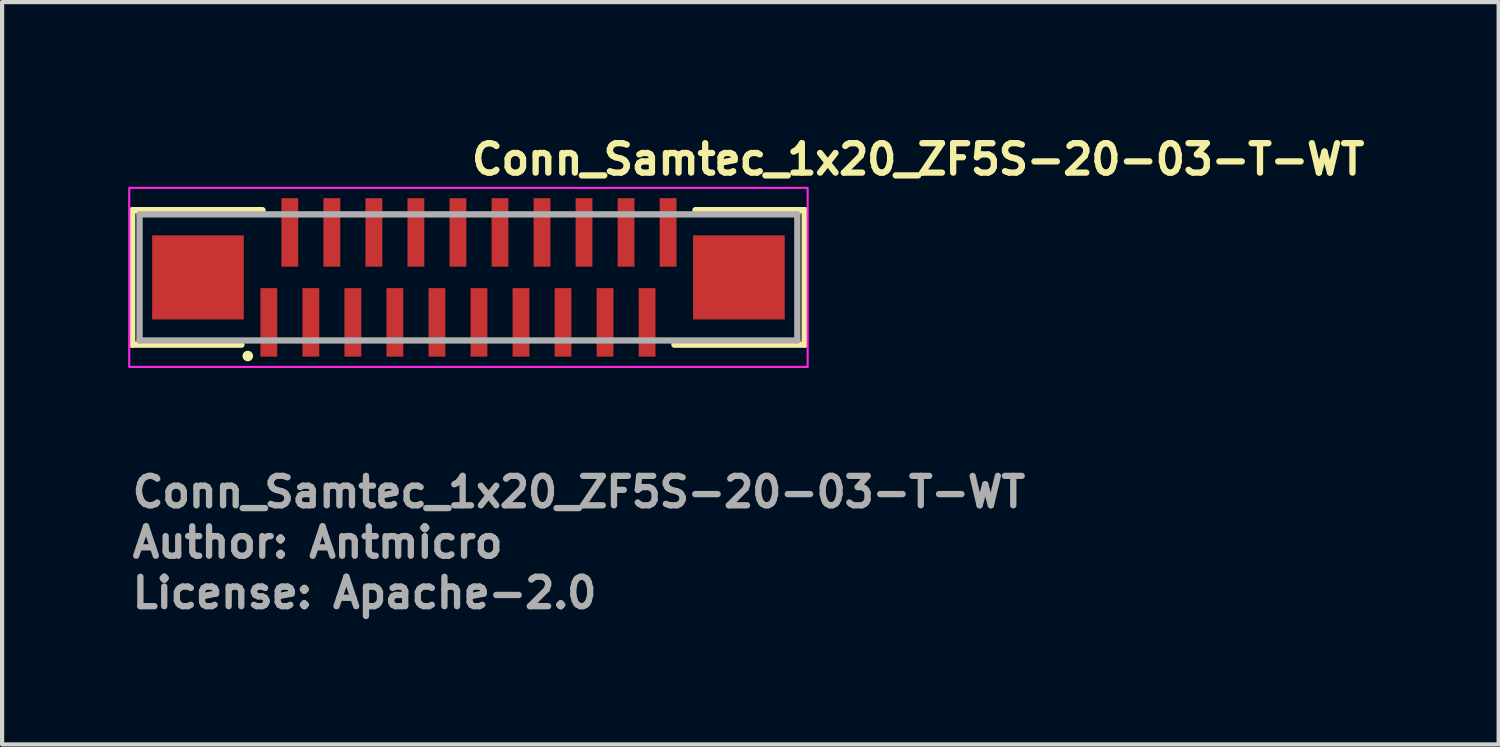
<source format=kicad_pcb>
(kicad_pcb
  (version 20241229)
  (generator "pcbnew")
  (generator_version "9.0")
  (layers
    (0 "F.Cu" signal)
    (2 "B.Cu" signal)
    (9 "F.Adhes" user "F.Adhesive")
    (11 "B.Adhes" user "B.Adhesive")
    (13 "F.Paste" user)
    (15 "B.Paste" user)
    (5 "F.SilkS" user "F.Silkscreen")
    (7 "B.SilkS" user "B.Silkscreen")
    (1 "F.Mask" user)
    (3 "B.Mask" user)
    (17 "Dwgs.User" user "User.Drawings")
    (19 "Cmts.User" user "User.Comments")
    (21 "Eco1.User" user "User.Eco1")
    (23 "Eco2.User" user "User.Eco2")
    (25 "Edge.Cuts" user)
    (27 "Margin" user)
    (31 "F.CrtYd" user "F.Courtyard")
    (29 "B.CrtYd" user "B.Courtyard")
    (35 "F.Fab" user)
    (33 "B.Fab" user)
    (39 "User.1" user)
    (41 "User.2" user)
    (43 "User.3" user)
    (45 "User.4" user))
  (footprint "Conn_Samtec_1x20_ZF5S-20-03-T-WT"
    (layer "F.Cu")
    (at 8.095 3.55)
    (property "Reference" "Conn_Samtec_1x20_ZF5S-20-03-T-WT" (at 0 -2.4 0) (layer "F.SilkS") (effects (font (size 0.7 0.7) (thickness 0.15)) (justify left bottom)))
    (attr smd)
    (fp_line (start -8 -1.6) (end -8 1.6) (stroke (width 0.15) (type solid)) (layer "F.SilkS"))
    (fp_line (start -8 1.6) (end -5.4 1.6) (stroke (width 0.15) (type solid)) (layer "F.SilkS"))
    (fp_line (start -7.975 -1.6) (end -4.9 -1.6) (stroke (width 0.15) (type solid)) (layer "F.SilkS"))
    (fp_line (start 8 -1.6) (end 5.4 -1.6) (stroke (width 0.15) (type solid)) (layer "F.SilkS"))
    (fp_line (start 8 -1.6) (end 8 1.6) (stroke (width 0.15) (type solid)) (layer "F.SilkS"))
    (fp_line (start 8 1.6) (end 4.9 1.6) (stroke (width 0.15) (type solid)) (layer "F.SilkS"))
    (fp_circle (center -5.25 1.87) (end -5.2 1.87) (stroke (width 0.15) (type solid)) (fill yes) (layer "F.SilkS"))
    (fp_rect (start -8.07 -2.13) (end 8.07 2.13) (stroke (width 0.05) (type solid)) (fill no) (layer "F.CrtYd"))
    (fp_line (start -7.825 -1.5) (end 7.825 -1.5) (stroke (width 0.15) (type solid)) (layer "F.Fab"))
    (fp_line (start -7.825 1.5) (end -7.825 -1.5) (stroke (width 0.15) (type solid)) (layer "F.Fab"))
    (fp_line (start 7.825 -1.5) (end 7.825 1.5) (stroke (width 0.15) (type solid)) (layer "F.Fab"))
    (fp_line (start 7.825 1.5) (end -7.825 1.5) (stroke (width 0.15) (type solid)) (layer "F.Fab"))
    (fp_rect (start -7.825 -1.51) (end 7.825 1.51) (stroke (width 0.1) (type solid)) (fill no) (layer "User.5"))
    (fp_line (start -7.825 -1) (end -7.825 1) (stroke (width 0.02) (type solid)) (layer "User.9"))
    (fp_line (start -7.825 -1) (end -7.679 -1) (stroke (width 0.02) (type solid)) (layer "User.9"))
    (fp_line (start -7.825 1) (end -7.679 1) (stroke (width 0.02) (type solid)) (layer "User.9"))
    (fp_line (start -7.679 -1) (end -7.679 -1) (stroke (width 0.02) (type solid)) (layer "User.9"))
    (fp_line (start -7.679 -1) (end -7.325 -1) (stroke (width 0.02) (type solid)) (layer "User.9"))
    (fp_line (start -7.679 1) (end -7.679 1) (stroke (width 0.02) (type solid)) (layer "User.9"))
    (fp_line (start -7.679 1) (end -7.325 1) (stroke (width 0.02) (type solid)) (layer "User.9"))
    (fp_line (start -7.325 -1) (end 7.325 -1) (stroke (width 0.02) (type solid)) (layer "User.9"))
    (fp_line (start -7.325 1) (end -5.6 1) (stroke (width 0.02) (type solid)) (layer "User.9"))
    (fp_line (start -7.075 -1.05) (end -7.075 -1) (stroke (width 0.02) (type solid)) (layer "User.9"))
    (fp_line (start -7.075 -1.05) (end -5.575 -1.05) (stroke (width 0.02) (type solid)) (layer "User.9"))
    (fp_line (start -7.075 1) (end -7.075 1.05) (stroke (width 0.02) (type solid)) (layer "User.9"))
    (fp_line (start -7.075 1.05) (end -5.575 1.05) (stroke (width 0.02) (type solid)) (layer "User.9"))
    (fp_line (start -5.6 -0.1) (end -5.6 1) (stroke (width 0.02) (type solid)) (layer "User.9"))
    (fp_line (start -5.6 -0.1) (end 5.6 -0.1) (stroke (width 0.02) (type solid)) (layer "User.9"))
    (fp_line (start -5.575 -1.05) (end -5.575 -1) (stroke (width 0.02) (type solid)) (layer "User.9"))
    (fp_line (start -5.575 1) (end -5.575 1.05) (stroke (width 0.02) (type solid)) (layer "User.9"))
    (fp_line (start -5.3 -0.1) (end -5.3 1) (stroke (width 0.02) (type solid)) (layer "User.9"))
    (fp_line (start -5.3 0.99) (end -5.25 0.99) (stroke (width 0.02) (type solid)) (layer "User.9"))
    (fp_line (start -5.3 1) (end -5.6 1) (stroke (width 0.02) (type solid)) (layer "User.9"))
    (fp_line (start -5.25 0.1) (end -5.25 0.6) (stroke (width 0.02) (type solid)) (layer "User.9"))
    (fp_line (start -5.25 0.6) (end -5.25 1) (stroke (width 0.02) (type solid)) (layer "User.9"))
    (fp_line (start -4.85 0.1) (end -5.25 0.1) (stroke (width 0.02) (type solid)) (layer "User.9"))
    (fp_line (start -4.85 0.1) (end -4.85 0.045) (stroke (width 0.02) (type solid)) (layer "User.9"))
    (fp_line (start -4.85 0.6) (end -5.25 0.6) (stroke (width 0.02) (type solid)) (layer "User.9"))
    (fp_line (start -4.85 0.6) (end -4.85 0.1) (stroke (width 0.02) (type solid)) (layer "User.9"))
    (fp_line (start -4.85 0.75) (end -4.85 0.6) (stroke (width 0.02) (type solid)) (layer "User.9"))
    (fp_line (start -4.85 0.75) (end -4.65 0.75) (stroke (width 0.02) (type solid)) (layer "User.9"))
    (fp_line (start -4.85 1.46) (end -4.85 1) (stroke (width 0.02) (type solid)) (layer "User.9"))
    (fp_line (start -4.85 1.51) (end -4.85 1.46) (stroke (width 0.02) (type solid)) (layer "User.9"))
    (fp_line (start -4.65 0.045) (end -4.85 0.045) (stroke (width 0.02) (type solid)) (layer "User.9"))
    (fp_line (start -4.65 0.045) (end -4.65 0.1) (stroke (width 0.02) (type solid)) (layer "User.9"))
    (fp_line (start -4.65 0.1) (end -4.65 0.6) (stroke (width 0.02) (type solid)) (layer "User.9"))
    (fp_line (start -4.65 0.345) (end -4.85 0.345) (stroke (width 0.02) (type solid)) (layer "User.9"))
    (fp_line (start -4.65 0.513) (end -4.85 0.513) (stroke (width 0.02) (type solid)) (layer "User.9"))
    (fp_line (start -4.65 0.6) (end -4.65 0.75) (stroke (width 0.02) (type solid)) (layer "User.9"))
    (fp_line (start -4.65 1) (end -4.65 1.46) (stroke (width 0.02) (type solid)) (layer "User.9"))
    (fp_line (start -4.65 1.46) (end -4.65 1.51) (stroke (width 0.02) (type solid)) (layer "User.9"))
    (fp_line (start -4.65 1.51) (end -4.85 1.51) (stroke (width 0.02) (type solid)) (layer "User.9"))
    (fp_line (start -4.35 -1.46) (end -4.35 -1.51) (stroke (width 0.02) (type solid)) (layer "User.9"))
    (fp_line (start -4.35 -1) (end -4.35 -1.46) (stroke (width 0.02) (type solid)) (layer "User.9"))
    (fp_line (start -4.35 0.1) (end -4.65 0.1) (stroke (width 0.02) (type solid)) (layer "User.9"))
    (fp_line (start -4.35 0.1) (end -4.35 0.045) (stroke (width 0.02) (type solid)) (layer "User.9"))
    (fp_line (start -4.35 0.6) (end -4.65 0.6) (stroke (width 0.02) (type solid)) (layer "User.9"))
    (fp_line (start -4.35 0.6) (end -4.35 0.1) (stroke (width 0.02) (type solid)) (layer "User.9"))
    (fp_line (start -4.35 0.75) (end -4.35 0.6) (stroke (width 0.02) (type solid)) (layer "User.9"))
    (fp_line (start -4.35 0.75) (end -4.15 0.75) (stroke (width 0.02) (type solid)) (layer "User.9"))
    (fp_line (start -4.15 -1.51) (end -4.35 -1.51) (stroke (width 0.02) (type solid)) (layer "User.9"))
    (fp_line (start -4.15 -1.51) (end -4.15 -1.46) (stroke (width 0.02) (type solid)) (layer "User.9"))
    (fp_line (start -4.15 -1.46) (end -4.15 -1) (stroke (width 0.02) (type solid)) (layer "User.9"))
    (fp_line (start -4.15 0.045) (end -4.35 0.045) (stroke (width 0.02) (type solid)) (layer "User.9"))
    (fp_line (start -4.15 0.045) (end -4.15 0.1) (stroke (width 0.02) (type solid)) (layer "User.9"))
    (fp_line (start -4.15 0.1) (end -4.15 0.6) (stroke (width 0.02) (type solid)) (layer "User.9"))
    (fp_line (start -4.15 0.345) (end -4.35 0.345) (stroke (width 0.02) (type solid)) (layer "User.9"))
    (fp_line (start -4.15 0.513) (end -4.35 0.513) (stroke (width 0.02) (type solid)) (layer "User.9"))
    (fp_line (start -4.15 0.6) (end -4.15 0.75) (stroke (width 0.02) (type solid)) (layer "User.9"))
    (fp_line (start -3.85 0.1) (end -4.15 0.1) (stroke (width 0.02) (type solid)) (layer "User.9"))
    (fp_line (start -3.85 0.1) (end -3.85 0.045) (stroke (width 0.02) (type solid)) (layer "User.9"))
    (fp_line (start -3.85 0.6) (end -4.15 0.6) (stroke (width 0.02) (type solid)) (layer "User.9"))
    (fp_line (start -3.85 0.6) (end -3.85 0.1) (stroke (width 0.02) (type solid)) (layer "User.9"))
    (fp_line (start -3.85 0.75) (end -3.85 0.6) (stroke (width 0.02) (type solid)) (layer "User.9"))
    (fp_line (start -3.85 0.75) (end -3.65 0.75) (stroke (width 0.02) (type solid)) (layer "User.9"))
    (fp_line (start -3.85 1.46) (end -3.85 1) (stroke (width 0.02) (type solid)) (layer "User.9"))
    (fp_line (start -3.85 1.51) (end -3.85 1.46) (stroke (width 0.02) (type solid)) (layer "User.9"))
    (fp_line (start -3.65 0.045) (end -3.85 0.045) (stroke (width 0.02) (type solid)) (layer "User.9"))
    (fp_line (start -3.65 0.045) (end -3.65 0.1) (stroke (width 0.02) (type solid)) (layer "User.9"))
    (fp_line (start -3.65 0.1) (end -3.65 0.6) (stroke (width 0.02) (type solid)) (layer "User.9"))
    (fp_line (start -3.65 0.345) (end -3.85 0.345) (stroke (width 0.02) (type solid)) (layer "User.9"))
    (fp_line (start -3.65 0.513) (end -3.85 0.513) (stroke (width 0.02) (type solid)) (layer "User.9"))
    (fp_line (start -3.65 0.6) (end -3.65 0.75) (stroke (width 0.02) (type solid)) (layer "User.9"))
    (fp_line (start -3.65 1) (end -3.65 1.46) (stroke (width 0.02) (type solid)) (layer "User.9"))
    (fp_line (start -3.65 1.46) (end -3.65 1.51) (stroke (width 0.02) (type solid)) (layer "User.9"))
    (fp_line (start -3.65 1.51) (end -3.85 1.51) (stroke (width 0.02) (type solid)) (layer "User.9"))
    (fp_line (start -3.35 -1.46) (end -3.35 -1.51) (stroke (width 0.02) (type solid)) (layer "User.9"))
    (fp_line (start -3.35 -1) (end -3.35 -1.46) (stroke (width 0.02) (type solid)) (layer "User.9"))
    (fp_line (start -3.35 0.1) (end -3.65 0.1) (stroke (width 0.02) (type solid)) (layer "User.9"))
    (fp_line (start -3.35 0.1) (end -3.35 0.045) (stroke (width 0.02) (type solid)) (layer "User.9"))
    (fp_line (start -3.35 0.6) (end -3.65 0.6) (stroke (width 0.02) (type solid)) (layer "User.9"))
    (fp_line (start -3.35 0.6) (end -3.35 0.1) (stroke (width 0.02) (type solid)) (layer "User.9"))
    (fp_line (start -3.35 0.75) (end -3.35 0.6) (stroke (width 0.02) (type solid)) (layer "User.9"))
    (fp_line (start -3.35 0.75) (end -3.15 0.75) (stroke (width 0.02) (type solid)) (layer "User.9"))
    (fp_line (start -3.15 -1.51) (end -3.35 -1.51) (stroke (width 0.02) (type solid)) (layer "User.9"))
    (fp_line (start -3.15 -1.51) (end -3.15 -1.46) (stroke (width 0.02) (type solid)) (layer "User.9"))
    (fp_line (start -3.15 -1.46) (end -3.15 -1) (stroke (width 0.02) (type solid)) (layer "User.9"))
    (fp_line (start -3.15 0.045) (end -3.35 0.045) (stroke (width 0.02) (type solid)) (layer "User.9"))
    (fp_line (start -3.15 0.045) (end -3.15 0.1) (stroke (width 0.02) (type solid)) (layer "User.9"))
    (fp_line (start -3.15 0.1) (end -3.15 0.6) (stroke (width 0.02) (type solid)) (layer "User.9"))
    (fp_line (start -3.15 0.345) (end -3.35 0.345) (stroke (width 0.02) (type solid)) (layer "User.9"))
    (fp_line (start -3.15 0.513) (end -3.35 0.513) (stroke (width 0.02) (type solid)) (layer "User.9"))
    (fp_line (start -3.15 0.6) (end -3.15 0.75) (stroke (width 0.02) (type solid)) (layer "User.9"))
    (fp_line (start -2.85 0.1) (end -3.15 0.1) (stroke (width 0.02) (type solid)) (layer "User.9"))
    (fp_line (start -2.85 0.1) (end -2.85 0.045) (stroke (width 0.02) (type solid)) (layer "User.9"))
    (fp_line (start -2.85 0.6) (end -3.15 0.6) (stroke (width 0.02) (type solid)) (layer "User.9"))
    (fp_line (start -2.85 0.6) (end -2.85 0.1) (stroke (width 0.02) (type solid)) (layer "User.9"))
    (fp_line (start -2.85 0.75) (end -2.85 0.6) (stroke (width 0.02) (type solid)) (layer "User.9"))
    (fp_line (start -2.85 0.75) (end -2.65 0.75) (stroke (width 0.02) (type solid)) (layer "User.9"))
    (fp_line (start -2.85 1.46) (end -2.85 1) (stroke (width 0.02) (type solid)) (layer "User.9"))
    (fp_line (start -2.85 1.51) (end -2.85 1.46) (stroke (width 0.02) (type solid)) (layer "User.9"))
    (fp_line (start -2.65 0.045) (end -2.85 0.045) (stroke (width 0.02) (type solid)) (layer "User.9"))
    (fp_line (start -2.65 0.045) (end -2.65 0.1) (stroke (width 0.02) (type solid)) (layer "User.9"))
    (fp_line (start -2.65 0.1) (end -2.65 0.6) (stroke (width 0.02) (type solid)) (layer "User.9"))
    (fp_line (start -2.65 0.345) (end -2.85 0.345) (stroke (width 0.02) (type solid)) (layer "User.9"))
    (fp_line (start -2.65 0.513) (end -2.85 0.513) (stroke (width 0.02) (type solid)) (layer "User.9"))
    (fp_line (start -2.65 0.6) (end -2.65 0.75) (stroke (width 0.02) (type solid)) (layer "User.9"))
    (fp_line (start -2.65 1) (end -2.65 1.46) (stroke (width 0.02) (type solid)) (layer "User.9"))
    (fp_line (start -2.65 1.46) (end -2.65 1.51) (stroke (width 0.02) (type solid)) (layer "User.9"))
    (fp_line (start -2.65 1.51) (end -2.85 1.51) (stroke (width 0.02) (type solid)) (layer "User.9"))
    (fp_line (start -2.35 -1.46) (end -2.35 -1.51) (stroke (width 0.02) (type solid)) (layer "User.9"))
    (fp_line (start -2.35 -1) (end -2.35 -1.46) (stroke (width 0.02) (type solid)) (layer "User.9"))
    (fp_line (start -2.35 0.1) (end -2.65 0.1) (stroke (width 0.02) (type solid)) (layer "User.9"))
    (fp_line (start -2.35 0.1) (end -2.35 0.045) (stroke (width 0.02) (type solid)) (layer "User.9"))
    (fp_line (start -2.35 0.6) (end -2.65 0.6) (stroke (width 0.02) (type solid)) (layer "User.9"))
    (fp_line (start -2.35 0.6) (end -2.35 0.1) (stroke (width 0.02) (type solid)) (layer "User.9"))
    (fp_line (start -2.35 0.75) (end -2.35 0.6) (stroke (width 0.02) (type solid)) (layer "User.9"))
    (fp_line (start -2.35 0.75) (end -2.15 0.75) (stroke (width 0.02) (type solid)) (layer "User.9"))
    (fp_line (start -2.15 -1.51) (end -2.35 -1.51) (stroke (width 0.02) (type solid)) (layer "User.9"))
    (fp_line (start -2.15 -1.51) (end -2.15 -1.46) (stroke (width 0.02) (type solid)) (layer "User.9"))
    (fp_line (start -2.15 -1.46) (end -2.15 -1) (stroke (width 0.02) (type solid)) (layer "User.9"))
    (fp_line (start -2.15 0.045) (end -2.35 0.045) (stroke (width 0.02) (type solid)) (layer "User.9"))
    (fp_line (start -2.15 0.045) (end -2.15 0.1) (stroke (width 0.02) (type solid)) (layer "User.9"))
    (fp_line (start -2.15 0.1) (end -2.15 0.6) (stroke (width 0.02) (type solid)) (layer "User.9"))
    (fp_line (start -2.15 0.345) (end -2.35 0.345) (stroke (width 0.02) (type solid)) (layer "User.9"))
    (fp_line (start -2.15 0.513) (end -2.35 0.513) (stroke (width 0.02) (type solid)) (layer "User.9"))
    (fp_line (start -2.15 0.6) (end -2.15 0.75) (stroke (width 0.02) (type solid)) (layer "User.9"))
    (fp_line (start -1.85 0.1) (end -2.15 0.1) (stroke (width 0.02) (type solid)) (layer "User.9"))
    (fp_line (start -1.85 0.1) (end -1.85 0.045) (stroke (width 0.02) (type solid)) (layer "User.9"))
    (fp_line (start -1.85 0.6) (end -2.15 0.6) (stroke (width 0.02) (type solid)) (layer "User.9"))
    (fp_line (start -1.85 0.6) (end -1.85 0.1) (stroke (width 0.02) (type solid)) (layer "User.9"))
    (fp_line (start -1.85 0.75) (end -1.85 0.6) (stroke (width 0.02) (type solid)) (layer "User.9"))
    (fp_line (start -1.85 0.75) (end -1.65 0.75) (stroke (width 0.02) (type solid)) (layer "User.9"))
    (fp_line (start -1.85 1.46) (end -1.85 1) (stroke (width 0.02) (type solid)) (layer "User.9"))
    (fp_line (start -1.85 1.51) (end -1.85 1.46) (stroke (width 0.02) (type solid)) (layer "User.9"))
    (fp_line (start -1.65 0.045) (end -1.85 0.045) (stroke (width 0.02) (type solid)) (layer "User.9"))
    (fp_line (start -1.65 0.045) (end -1.65 0.1) (stroke (width 0.02) (type solid)) (layer "User.9"))
    (fp_line (start -1.65 0.1) (end -1.65 0.6) (stroke (width 0.02) (type solid)) (layer "User.9"))
    (fp_line (start -1.65 0.345) (end -1.85 0.345) (stroke (width 0.02) (type solid)) (layer "User.9"))
    (fp_line (start -1.65 0.513) (end -1.85 0.513) (stroke (width 0.02) (type solid)) (layer "User.9"))
    (fp_line (start -1.65 0.6) (end -1.65 0.75) (stroke (width 0.02) (type solid)) (layer "User.9"))
    (fp_line (start -1.65 1) (end -1.65 1.46) (stroke (width 0.02) (type solid)) (layer "User.9"))
    (fp_line (start -1.65 1.46) (end -1.65 1.51) (stroke (width 0.02) (type solid)) (layer "User.9"))
    (fp_line (start -1.65 1.51) (end -1.85 1.51) (stroke (width 0.02) (type solid)) (layer "User.9"))
    (fp_line (start -1.35 -1.46) (end -1.35 -1.51) (stroke (width 0.02) (type solid)) (layer "User.9"))
    (fp_line (start -1.35 -1) (end -1.35 -1.46) (stroke (width 0.02) (type solid)) (layer "User.9"))
    (fp_line (start -1.35 0.1) (end -1.65 0.1) (stroke (width 0.02) (type solid)) (layer "User.9"))
    (fp_line (start -1.35 0.1) (end -1.35 0.045) (stroke (width 0.02) (type solid)) (layer "User.9"))
    (fp_line (start -1.35 0.6) (end -1.65 0.6) (stroke (width 0.02) (type solid)) (layer "User.9"))
    (fp_line (start -1.35 0.6) (end -1.35 0.1) (stroke (width 0.02) (type solid)) (layer "User.9"))
    (fp_line (start -1.35 0.75) (end -1.35 0.6) (stroke (width 0.02) (type solid)) (layer "User.9"))
    (fp_line (start -1.35 0.75) (end -1.15 0.75) (stroke (width 0.02) (type solid)) (layer "User.9"))
    (fp_line (start -1.15 -1.51) (end -1.35 -1.51) (stroke (width 0.02) (type solid)) (layer "User.9"))
    (fp_line (start -1.15 -1.51) (end -1.15 -1.46) (stroke (width 0.02) (type solid)) (layer "User.9"))
    (fp_line (start -1.15 -1.46) (end -1.15 -1) (stroke (width 0.02) (type solid)) (layer "User.9"))
    (fp_line (start -1.15 0.045) (end -1.35 0.045) (stroke (width 0.02) (type solid)) (layer "User.9"))
    (fp_line (start -1.15 0.045) (end -1.15 0.1) (stroke (width 0.02) (type solid)) (layer "User.9"))
    (fp_line (start -1.15 0.1) (end -1.15 0.6) (stroke (width 0.02) (type solid)) (layer "User.9"))
    (fp_line (start -1.15 0.345) (end -1.35 0.345) (stroke (width 0.02) (type solid)) (layer "User.9"))
    (fp_line (start -1.15 0.513) (end -1.35 0.513) (stroke (width 0.02) (type solid)) (layer "User.9"))
    (fp_line (start -1.15 0.6) (end -1.15 0.75) (stroke (width 0.02) (type solid)) (layer "User.9"))
    (fp_line (start -0.85 0.1) (end -1.15 0.1) (stroke (width 0.02) (type solid)) (layer "User.9"))
    (fp_line (start -0.85 0.1) (end -0.85 0.045) (stroke (width 0.02) (type solid)) (layer "User.9"))
    (fp_line (start -0.85 0.6) (end -1.15 0.6) (stroke (width 0.02) (type solid)) (layer "User.9"))
    (fp_line (start -0.85 0.6) (end -0.85 0.1) (stroke (width 0.02) (type solid)) (layer "User.9"))
    (fp_line (start -0.85 0.75) (end -0.85 0.6) (stroke (width 0.02) (type solid)) (layer "User.9"))
    (fp_line (start -0.85 0.75) (end -0.65 0.75) (stroke (width 0.02) (type solid)) (layer "User.9"))
    (fp_line (start -0.85 1.46) (end -0.85 1) (stroke (width 0.02) (type solid)) (layer "User.9"))
    (fp_line (start -0.85 1.51) (end -0.85 1.46) (stroke (width 0.02) (type solid)) (layer "User.9"))
    (fp_line (start -0.65 0.045) (end -0.85 0.045) (stroke (width 0.02) (type solid)) (layer "User.9"))
    (fp_line (start -0.65 0.045) (end -0.65 0.1) (stroke (width 0.02) (type solid)) (layer "User.9"))
    (fp_line (start -0.65 0.1) (end -0.65 0.6) (stroke (width 0.02) (type solid)) (layer "User.9"))
    (fp_line (start -0.65 0.345) (end -0.85 0.345) (stroke (width 0.02) (type solid)) (layer "User.9"))
    (fp_line (start -0.65 0.513) (end -0.85 0.513) (stroke (width 0.02) (type solid)) (layer "User.9"))
    (fp_line (start -0.65 0.6) (end -0.65 0.75) (stroke (width 0.02) (type solid)) (layer "User.9"))
    (fp_line (start -0.65 1) (end -0.65 1.46) (stroke (width 0.02) (type solid)) (layer "User.9"))
    (fp_line (start -0.65 1.46) (end -0.65 1.51) (stroke (width 0.02) (type solid)) (layer "User.9"))
    (fp_line (start -0.65 1.51) (end -0.85 1.51) (stroke (width 0.02) (type solid)) (layer "User.9"))
    (fp_line (start -0.35 -1.46) (end -0.35 -1.51) (stroke (width 0.02) (type solid)) (layer "User.9"))
    (fp_line (start -0.35 -1) (end -0.35 -1.46) (stroke (width 0.02) (type solid)) (layer "User.9"))
    (fp_line (start -0.35 0.1) (end -0.65 0.1) (stroke (width 0.02) (type solid)) (layer "User.9"))
    (fp_line (start -0.35 0.1) (end -0.35 0.045) (stroke (width 0.02) (type solid)) (layer "User.9"))
    (fp_line (start -0.35 0.6) (end -0.65 0.6) (stroke (width 0.02) (type solid)) (layer "User.9"))
    (fp_line (start -0.35 0.6) (end -0.35 0.1) (stroke (width 0.02) (type solid)) (layer "User.9"))
    (fp_line (start -0.35 0.75) (end -0.35 0.6) (stroke (width 0.02) (type solid)) (layer "User.9"))
    (fp_line (start -0.35 0.75) (end -0.15 0.75) (stroke (width 0.02) (type solid)) (layer "User.9"))
    (fp_line (start -0.15 -1.51) (end -0.35 -1.51) (stroke (width 0.02) (type solid)) (layer "User.9"))
    (fp_line (start -0.15 -1.51) (end -0.15 -1.46) (stroke (width 0.02) (type solid)) (layer "User.9"))
    (fp_line (start -0.15 -1.46) (end -0.15 -1) (stroke (width 0.02) (type solid)) (layer "User.9"))
    (fp_line (start -0.15 0.045) (end -0.35 0.045) (stroke (width 0.02) (type solid)) (layer "User.9"))
    (fp_line (start -0.15 0.045) (end -0.15 0.1) (stroke (width 0.02) (type solid)) (layer "User.9"))
    (fp_line (start -0.15 0.1) (end -0.15 0.6) (stroke (width 0.02) (type solid)) (layer "User.9"))
    (fp_line (start -0.15 0.345) (end -0.35 0.345) (stroke (width 0.02) (type solid)) (layer "User.9"))
    (fp_line (start -0.15 0.513) (end -0.35 0.513) (stroke (width 0.02) (type solid)) (layer "User.9"))
    (fp_line (start -0.15 0.6) (end -0.15 0.75) (stroke (width 0.02) (type solid)) (layer "User.9"))
    (fp_line (start 0.15 0.1) (end -0.15 0.1) (stroke (width 0.02) (type solid)) (layer "User.9"))
    (fp_line (start 0.15 0.1) (end 0.15 0.045) (stroke (width 0.02) (type solid)) (layer "User.9"))
    (fp_line (start 0.15 0.6) (end -0.15 0.6) (stroke (width 0.02) (type solid)) (layer "User.9"))
    (fp_line (start 0.15 0.6) (end 0.15 0.1) (stroke (width 0.02) (type solid)) (layer "User.9"))
    (fp_line (start 0.15 0.75) (end 0.15 0.6) (stroke (width 0.02) (type solid)) (layer "User.9"))
    (fp_line (start 0.15 0.75) (end 0.35 0.75) (stroke (width 0.02) (type solid)) (layer "User.9"))
    (fp_line (start 0.15 1.46) (end 0.15 1) (stroke (width 0.02) (type solid)) (layer "User.9"))
    (fp_line (start 0.15 1.51) (end 0.15 1.46) (stroke (width 0.02) (type solid)) (layer "User.9"))
    (fp_line (start 0.35 0.045) (end 0.15 0.045) (stroke (width 0.02) (type solid)) (layer "User.9"))
    (fp_line (start 0.35 0.045) (end 0.35 0.1) (stroke (width 0.02) (type solid)) (layer "User.9"))
    (fp_line (start 0.35 0.1) (end 0.35 0.6) (stroke (width 0.02) (type solid)) (layer "User.9"))
    (fp_line (start 0.35 0.345) (end 0.15 0.345) (stroke (width 0.02) (type solid)) (layer "User.9"))
    (fp_line (start 0.35 0.513) (end 0.15 0.513) (stroke (width 0.02) (type solid)) (layer "User.9"))
    (fp_line (start 0.35 0.6) (end 0.35 0.75) (stroke (width 0.02) (type solid)) (layer "User.9"))
    (fp_line (start 0.35 1) (end 0.35 1.46) (stroke (width 0.02) (type solid)) (layer "User.9"))
    (fp_line (start 0.35 1.46) (end 0.35 1.51) (stroke (width 0.02) (type solid)) (layer "User.9"))
    (fp_line (start 0.35 1.51) (end 0.15 1.51) (stroke (width 0.02) (type solid)) (layer "User.9"))
    (fp_line (start 0.65 -1.46) (end 0.65 -1.51) (stroke (width 0.02) (type solid)) (layer "User.9"))
    (fp_line (start 0.65 -1) (end 0.65 -1.46) (stroke (width 0.02) (type solid)) (layer "User.9"))
    (fp_line (start 0.65 0.1) (end 0.35 0.1) (stroke (width 0.02) (type solid)) (layer "User.9"))
    (fp_line (start 0.65 0.1) (end 0.65 0.045) (stroke (width 0.02) (type solid)) (layer "User.9"))
    (fp_line (start 0.65 0.6) (end 0.35 0.6) (stroke (width 0.02) (type solid)) (layer "User.9"))
    (fp_line (start 0.65 0.6) (end 0.65 0.1) (stroke (width 0.02) (type solid)) (layer "User.9"))
    (fp_line (start 0.65 0.75) (end 0.65 0.6) (stroke (width 0.02) (type solid)) (layer "User.9"))
    (fp_line (start 0.65 0.75) (end 0.85 0.75) (stroke (width 0.02) (type solid)) (layer "User.9"))
    (fp_line (start 0.85 -1.51) (end 0.65 -1.51) (stroke (width 0.02) (type solid)) (layer "User.9"))
    (fp_line (start 0.85 -1.51) (end 0.85 -1.46) (stroke (width 0.02) (type solid)) (layer "User.9"))
    (fp_line (start 0.85 -1.46) (end 0.85 -1) (stroke (width 0.02) (type solid)) (layer "User.9"))
    (fp_line (start 0.85 0.045) (end 0.65 0.045) (stroke (width 0.02) (type solid)) (layer "User.9"))
    (fp_line (start 0.85 0.045) (end 0.85 0.1) (stroke (width 0.02) (type solid)) (layer "User.9"))
    (fp_line (start 0.85 0.1) (end 0.85 0.6) (stroke (width 0.02) (type solid)) (layer "User.9"))
    (fp_line (start 0.85 0.345) (end 0.65 0.345) (stroke (width 0.02) (type solid)) (layer "User.9"))
    (fp_line (start 0.85 0.513) (end 0.65 0.513) (stroke (width 0.02) (type solid)) (layer "User.9"))
    (fp_line (start 0.85 0.6) (end 0.85 0.75) (stroke (width 0.02) (type solid)) (layer "User.9"))
    (fp_line (start 1.15 0.1) (end 0.85 0.1) (stroke (width 0.02) (type solid)) (layer "User.9"))
    (fp_line (start 1.15 0.1) (end 1.15 0.045) (stroke (width 0.02) (type solid)) (layer "User.9"))
    (fp_line (start 1.15 0.6) (end 0.85 0.6) (stroke (width 0.02) (type solid)) (layer "User.9"))
    (fp_line (start 1.15 0.6) (end 1.15 0.1) (stroke (width 0.02) (type solid)) (layer "User.9"))
    (fp_line (start 1.15 0.75) (end 1.15 0.6) (stroke (width 0.02) (type solid)) (layer "User.9"))
    (fp_line (start 1.15 0.75) (end 1.35 0.75) (stroke (width 0.02) (type solid)) (layer "User.9"))
    (fp_line (start 1.15 1.46) (end 1.15 1) (stroke (width 0.02) (type solid)) (layer "User.9"))
    (fp_line (start 1.15 1.51) (end 1.15 1.46) (stroke (width 0.02) (type solid)) (layer "User.9"))
    (fp_line (start 1.35 0.045) (end 1.15 0.045) (stroke (width 0.02) (type solid)) (layer "User.9"))
    (fp_line (start 1.35 0.045) (end 1.35 0.1) (stroke (width 0.02) (type solid)) (layer "User.9"))
    (fp_line (start 1.35 0.1) (end 1.35 0.6) (stroke (width 0.02) (type solid)) (layer "User.9"))
    (fp_line (start 1.35 0.345) (end 1.15 0.345) (stroke (width 0.02) (type solid)) (layer "User.9"))
    (fp_line (start 1.35 0.513) (end 1.15 0.513) (stroke (width 0.02) (type solid)) (layer "User.9"))
    (fp_line (start 1.35 0.6) (end 1.35 0.75) (stroke (width 0.02) (type solid)) (layer "User.9"))
    (fp_line (start 1.35 1) (end 1.35 1.46) (stroke (width 0.02) (type solid)) (layer "User.9"))
    (fp_line (start 1.35 1.46) (end 1.35 1.51) (stroke (width 0.02) (type solid)) (layer "User.9"))
    (fp_line (start 1.35 1.51) (end 1.15 1.51) (stroke (width 0.02) (type solid)) (layer "User.9"))
    (fp_line (start 1.65 -1.46) (end 1.65 -1.51) (stroke (width 0.02) (type solid)) (layer "User.9"))
    (fp_line (start 1.65 -1) (end 1.65 -1.46) (stroke (width 0.02) (type solid)) (layer "User.9"))
    (fp_line (start 1.65 0.1) (end 1.35 0.1) (stroke (width 0.02) (type solid)) (layer "User.9"))
    (fp_line (start 1.65 0.1) (end 1.65 0.045) (stroke (width 0.02) (type solid)) (layer "User.9"))
    (fp_line (start 1.65 0.6) (end 1.35 0.6) (stroke (width 0.02) (type solid)) (layer "User.9"))
    (fp_line (start 1.65 0.6) (end 1.65 0.1) (stroke (width 0.02) (type solid)) (layer "User.9"))
    (fp_line (start 1.65 0.75) (end 1.65 0.6) (stroke (width 0.02) (type solid)) (layer "User.9"))
    (fp_line (start 1.65 0.75) (end 1.85 0.75) (stroke (width 0.02) (type solid)) (layer "User.9"))
    (fp_line (start 1.85 -1.51) (end 1.65 -1.51) (stroke (width 0.02) (type solid)) (layer "User.9"))
    (fp_line (start 1.85 -1.51) (end 1.85 -1.46) (stroke (width 0.02) (type solid)) (layer "User.9"))
    (fp_line (start 1.85 -1.46) (end 1.85 -1) (stroke (width 0.02) (type solid)) (layer "User.9"))
    (fp_line (start 1.85 0.045) (end 1.65 0.045) (stroke (width 0.02) (type solid)) (layer "User.9"))
    (fp_line (start 1.85 0.045) (end 1.85 0.1) (stroke (width 0.02) (type solid)) (layer "User.9"))
    (fp_line (start 1.85 0.1) (end 1.85 0.6) (stroke (width 0.02) (type solid)) (layer "User.9"))
    (fp_line (start 1.85 0.345) (end 1.65 0.345) (stroke (width 0.02) (type solid)) (layer "User.9"))
    (fp_line (start 1.85 0.513) (end 1.65 0.513) (stroke (width 0.02) (type solid)) (layer "User.9"))
    (fp_line (start 1.85 0.6) (end 1.85 0.75) (stroke (width 0.02) (type solid)) (layer "User.9"))
    (fp_line (start 2.15 0.1) (end 1.85 0.1) (stroke (width 0.02) (type solid)) (layer "User.9"))
    (fp_line (start 2.15 0.1) (end 2.15 0.045) (stroke (width 0.02) (type solid)) (layer "User.9"))
    (fp_line (start 2.15 0.6) (end 1.85 0.6) (stroke (width 0.02) (type solid)) (layer "User.9"))
    (fp_line (start 2.15 0.6) (end 2.15 0.1) (stroke (width 0.02) (type solid)) (layer "User.9"))
    (fp_line (start 2.15 0.75) (end 2.15 0.6) (stroke (width 0.02) (type solid)) (layer "User.9"))
    (fp_line (start 2.15 0.75) (end 2.35 0.75) (stroke (width 0.02) (type solid)) (layer "User.9"))
    (fp_line (start 2.15 1.46) (end 2.15 1) (stroke (width 0.02) (type solid)) (layer "User.9"))
    (fp_line (start 2.15 1.51) (end 2.15 1.46) (stroke (width 0.02) (type solid)) (layer "User.9"))
    (fp_line (start 2.35 0.045) (end 2.15 0.045) (stroke (width 0.02) (type solid)) (layer "User.9"))
    (fp_line (start 2.35 0.045) (end 2.35 0.1) (stroke (width 0.02) (type solid)) (layer "User.9"))
    (fp_line (start 2.35 0.1) (end 2.35 0.6) (stroke (width 0.02) (type solid)) (layer "User.9"))
    (fp_line (start 2.35 0.345) (end 2.15 0.345) (stroke (width 0.02) (type solid)) (layer "User.9"))
    (fp_line (start 2.35 0.513) (end 2.15 0.513) (stroke (width 0.02) (type solid)) (layer "User.9"))
    (fp_line (start 2.35 0.6) (end 2.35 0.75) (stroke (width 0.02) (type solid)) (layer "User.9"))
    (fp_line (start 2.35 1) (end 2.35 1.46) (stroke (width 0.02) (type solid)) (layer "User.9"))
    (fp_line (start 2.35 1.46) (end 2.35 1.51) (stroke (width 0.02) (type solid)) (layer "User.9"))
    (fp_line (start 2.35 1.51) (end 2.15 1.51) (stroke (width 0.02) (type solid)) (layer "User.9"))
    (fp_line (start 2.65 -1.46) (end 2.65 -1.51) (stroke (width 0.02) (type solid)) (layer "User.9"))
    (fp_line (start 2.65 -1) (end 2.65 -1.46) (stroke (width 0.02) (type solid)) (layer "User.9"))
    (fp_line (start 2.65 0.1) (end 2.35 0.1) (stroke (width 0.02) (type solid)) (layer "User.9"))
    (fp_line (start 2.65 0.1) (end 2.65 0.045) (stroke (width 0.02) (type solid)) (layer "User.9"))
    (fp_line (start 2.65 0.6) (end 2.35 0.6) (stroke (width 0.02) (type solid)) (layer "User.9"))
    (fp_line (start 2.65 0.6) (end 2.65 0.1) (stroke (width 0.02) (type solid)) (layer "User.9"))
    (fp_line (start 2.65 0.75) (end 2.65 0.6) (stroke (width 0.02) (type solid)) (layer "User.9"))
    (fp_line (start 2.65 0.75) (end 2.85 0.75) (stroke (width 0.02) (type solid)) (layer "User.9"))
    (fp_line (start 2.85 -1.51) (end 2.65 -1.51) (stroke (width 0.02) (type solid)) (layer "User.9"))
    (fp_line (start 2.85 -1.51) (end 2.85 -1.46) (stroke (width 0.02) (type solid)) (layer "User.9"))
    (fp_line (start 2.85 -1.46) (end 2.85 -1) (stroke (width 0.02) (type solid)) (layer "User.9"))
    (fp_line (start 2.85 0.045) (end 2.65 0.045) (stroke (width 0.02) (type solid)) (layer "User.9"))
    (fp_line (start 2.85 0.045) (end 2.85 0.1) (stroke (width 0.02) (type solid)) (layer "User.9"))
    (fp_line (start 2.85 0.1) (end 2.85 0.6) (stroke (width 0.02) (type solid)) (layer "User.9"))
    (fp_line (start 2.85 0.345) (end 2.65 0.345) (stroke (width 0.02) (type solid)) (layer "User.9"))
    (fp_line (start 2.85 0.513) (end 2.65 0.513) (stroke (width 0.02) (type solid)) (layer "User.9"))
    (fp_line (start 2.85 0.6) (end 2.85 0.75) (stroke (width 0.02) (type solid)) (layer "User.9"))
    (fp_line (start 3.15 0.1) (end 2.85 0.1) (stroke (width 0.02) (type solid)) (layer "User.9"))
    (fp_line (start 3.15 0.1) (end 3.15 0.045) (stroke (width 0.02) (type solid)) (layer "User.9"))
    (fp_line (start 3.15 0.6) (end 2.85 0.6) (stroke (width 0.02) (type solid)) (layer "User.9"))
    (fp_line (start 3.15 0.6) (end 3.15 0.1) (stroke (width 0.02) (type solid)) (layer "User.9"))
    (fp_line (start 3.15 0.75) (end 3.15 0.6) (stroke (width 0.02) (type solid)) (layer "User.9"))
    (fp_line (start 3.15 0.75) (end 3.35 0.75) (stroke (width 0.02) (type solid)) (layer "User.9"))
    (fp_line (start 3.15 1.46) (end 3.15 1) (stroke (width 0.02) (type solid)) (layer "User.9"))
    (fp_line (start 3.15 1.51) (end 3.15 1.46) (stroke (width 0.02) (type solid)) (layer "User.9"))
    (fp_line (start 3.35 0.045) (end 3.15 0.045) (stroke (width 0.02) (type solid)) (layer "User.9"))
    (fp_line (start 3.35 0.045) (end 3.35 0.1) (stroke (width 0.02) (type solid)) (layer "User.9"))
    (fp_line (start 3.35 0.1) (end 3.35 0.6) (stroke (width 0.02) (type solid)) (layer "User.9"))
    (fp_line (start 3.35 0.345) (end 3.15 0.345) (stroke (width 0.02) (type solid)) (layer "User.9"))
    (fp_line (start 3.35 0.513) (end 3.15 0.513) (stroke (width 0.02) (type solid)) (layer "User.9"))
    (fp_line (start 3.35 0.6) (end 3.35 0.75) (stroke (width 0.02) (type solid)) (layer "User.9"))
    (fp_line (start 3.35 1) (end 3.35 1.46) (stroke (width 0.02) (type solid)) (layer "User.9"))
    (fp_line (start 3.35 1.46) (end 3.35 1.51) (stroke (width 0.02) (type solid)) (layer "User.9"))
    (fp_line (start 3.35 1.51) (end 3.15 1.51) (stroke (width 0.02) (type solid)) (layer "User.9"))
    (fp_line (start 3.65 -1.46) (end 3.65 -1.51) (stroke (width 0.02) (type solid)) (layer "User.9"))
    (fp_line (start 3.65 -1) (end 3.65 -1.46) (stroke (width 0.02) (type solid)) (layer "User.9"))
    (fp_line (start 3.65 0.1) (end 3.35 0.1) (stroke (width 0.02) (type solid)) (layer "User.9"))
    (fp_line (start 3.65 0.1) (end 3.65 0.045) (stroke (width 0.02) (type solid)) (layer "User.9"))
    (fp_line (start 3.65 0.6) (end 3.35 0.6) (stroke (width 0.02) (type solid)) (layer "User.9"))
    (fp_line (start 3.65 0.6) (end 3.65 0.1) (stroke (width 0.02) (type solid)) (layer "User.9"))
    (fp_line (start 3.65 0.75) (end 3.65 0.6) (stroke (width 0.02) (type solid)) (layer "User.9"))
    (fp_line (start 3.65 0.75) (end 3.85 0.75) (stroke (width 0.02) (type solid)) (layer "User.9"))
    (fp_line (start 3.85 -1.51) (end 3.65 -1.51) (stroke (width 0.02) (type solid)) (layer "User.9"))
    (fp_line (start 3.85 -1.51) (end 3.85 -1.46) (stroke (width 0.02) (type solid)) (layer "User.9"))
    (fp_line (start 3.85 -1.46) (end 3.85 -1) (stroke (width 0.02) (type solid)) (layer "User.9"))
    (fp_line (start 3.85 0.045) (end 3.65 0.045) (stroke (width 0.02) (type solid)) (layer "User.9"))
    (fp_line (start 3.85 0.045) (end 3.85 0.1) (stroke (width 0.02) (type solid)) (layer "User.9"))
    (fp_line (start 3.85 0.1) (end 3.85 0.6) (stroke (width 0.02) (type solid)) (layer "User.9"))
    (fp_line (start 3.85 0.345) (end 3.65 0.345) (stroke (width 0.02) (type solid)) (layer "User.9"))
    (fp_line (start 3.85 0.513) (end 3.65 0.513) (stroke (width 0.02) (type solid)) (layer "User.9"))
    (fp_line (start 3.85 0.6) (end 3.85 0.75) (stroke (width 0.02) (type solid)) (layer "User.9"))
    (fp_line (start 4.15 0.1) (end 3.85 0.1) (stroke (width 0.02) (type solid)) (layer "User.9"))
    (fp_line (start 4.15 0.1) (end 4.15 0.045) (stroke (width 0.02) (type solid)) (layer "User.9"))
    (fp_line (start 4.15 0.6) (end 3.85 0.6) (stroke (width 0.02) (type solid)) (layer "User.9"))
    (fp_line (start 4.15 0.6) (end 4.15 0.1) (stroke (width 0.02) (type solid)) (layer "User.9"))
    (fp_line (start 4.15 0.75) (end 4.15 0.6) (stroke (width 0.02) (type solid)) (layer "User.9"))
    (fp_line (start 4.15 0.75) (end 4.35 0.75) (stroke (width 0.02) (type solid)) (layer "User.9"))
    (fp_line (start 4.15 1.46) (end 4.15 1) (stroke (width 0.02) (type solid)) (layer "User.9"))
    (fp_line (start 4.15 1.51) (end 4.15 1.46) (stroke (width 0.02) (type solid)) (layer "User.9"))
    (fp_line (start 4.35 0.045) (end 4.15 0.045) (stroke (width 0.02) (type solid)) (layer "User.9"))
    (fp_line (start 4.35 0.045) (end 4.35 0.1) (stroke (width 0.02) (type solid)) (layer "User.9"))
    (fp_line (start 4.35 0.1) (end 4.35 0.6) (stroke (width 0.02) (type solid)) (layer "User.9"))
    (fp_line (start 4.35 0.345) (end 4.15 0.345) (stroke (width 0.02) (type solid)) (layer "User.9"))
    (fp_line (start 4.35 0.513) (end 4.15 0.513) (stroke (width 0.02) (type solid)) (layer "User.9"))
    (fp_line (start 4.35 0.6) (end 4.35 0.75) (stroke (width 0.02) (type solid)) (layer "User.9"))
    (fp_line (start 4.35 1) (end 4.35 1.46) (stroke (width 0.02) (type solid)) (layer "User.9"))
    (fp_line (start 4.35 1.46) (end 4.35 1.51) (stroke (width 0.02) (type solid)) (layer "User.9"))
    (fp_line (start 4.35 1.51) (end 4.15 1.51) (stroke (width 0.02) (type solid)) (layer "User.9"))
    (fp_line (start 4.65 -1.46) (end 4.65 -1.51) (stroke (width 0.02) (type solid)) (layer "User.9"))
    (fp_line (start 4.65 -1) (end 4.65 -1.46) (stroke (width 0.02) (type solid)) (layer "User.9"))
    (fp_line (start 4.65 0.1) (end 4.35 0.1) (stroke (width 0.02) (type solid)) (layer "User.9"))
    (fp_line (start 4.65 0.1) (end 4.65 0.045) (stroke (width 0.02) (type solid)) (layer "User.9"))
    (fp_line (start 4.65 0.6) (end 4.35 0.6) (stroke (width 0.02) (type solid)) (layer "User.9"))
    (fp_line (start 4.65 0.6) (end 4.65 0.1) (stroke (width 0.02) (type solid)) (layer "User.9"))
    (fp_line (start 4.65 0.75) (end 4.65 0.6) (stroke (width 0.02) (type solid)) (layer "User.9"))
    (fp_line (start 4.65 0.75) (end 4.85 0.75) (stroke (width 0.02) (type solid)) (layer "User.9"))
    (fp_line (start 4.85 -1.51) (end 4.65 -1.51) (stroke (width 0.02) (type solid)) (layer "User.9"))
    (fp_line (start 4.85 -1.51) (end 4.85 -1.46) (stroke (width 0.02) (type solid)) (layer "User.9"))
    (fp_line (start 4.85 -1.46) (end 4.85 -1) (stroke (width 0.02) (type solid)) (layer "User.9"))
    (fp_line (start 4.85 0.045) (end 4.65 0.045) (stroke (width 0.02) (type solid)) (layer "User.9"))
    (fp_line (start 4.85 0.045) (end 4.85 0.1) (stroke (width 0.02) (type solid)) (layer "User.9"))
    (fp_line (start 4.85 0.1) (end 4.85 0.6) (stroke (width 0.02) (type solid)) (layer "User.9"))
    (fp_line (start 4.85 0.345) (end 4.65 0.345) (stroke (width 0.02) (type solid)) (layer "User.9"))
    (fp_line (start 4.85 0.513) (end 4.65 0.513) (stroke (width 0.02) (type solid)) (layer "User.9"))
    (fp_line (start 4.85 0.6) (end 4.85 0.75) (stroke (width 0.02) (type solid)) (layer "User.9"))
    (fp_line (start 5.25 0.1) (end 4.85 0.1) (stroke (width 0.02) (type solid)) (layer "User.9"))
    (fp_line (start 5.25 0.1) (end 5.25 0.6) (stroke (width 0.02) (type solid)) (layer "User.9"))
    (fp_line (start 5.25 0.6) (end 4.85 0.6) (stroke (width 0.02) (type solid)) (layer "User.9"))
    (fp_line (start 5.25 0.6) (end 5.25 1) (stroke (width 0.02) (type solid)) (layer "User.9"))
    (fp_line (start 5.25 0.99) (end 5.3 0.99) (stroke (width 0.02) (type solid)) (layer "User.9"))
    (fp_line (start 5.25 1) (end -5.25 1) (stroke (width 0.02) (type solid)) (layer "User.9"))
    (fp_line (start 5.3 -0.1) (end 5.3 1) (stroke (width 0.02) (type solid)) (layer "User.9"))
    (fp_line (start 5.575 -1.05) (end 5.575 -1) (stroke (width 0.02) (type solid)) (layer "User.9"))
    (fp_line (start 5.575 -1.05) (end 7.075 -1.05) (stroke (width 0.02) (type solid)) (layer "User.9"))
    (fp_line (start 5.575 1) (end 5.575 1.05) (stroke (width 0.02) (type solid)) (layer "User.9"))
    (fp_line (start 5.575 1.05) (end 7.075 1.05) (stroke (width 0.02) (type solid)) (layer "User.9"))
    (fp_line (start 5.6 -0.1) (end 5.6 1) (stroke (width 0.02) (type solid)) (layer "User.9"))
    (fp_line (start 5.6 1) (end 5.3 1) (stroke (width 0.02) (type solid)) (layer "User.9"))
    (fp_line (start 5.6 1) (end 7.325 1) (stroke (width 0.02) (type solid)) (layer "User.9"))
    (fp_line (start 7.075 -1.05) (end 7.075 -1) (stroke (width 0.02) (type solid)) (layer "User.9"))
    (fp_line (start 7.075 1) (end 7.075 1.05) (stroke (width 0.02) (type solid)) (layer "User.9"))
    (fp_line (start 7.325 -1) (end 7.679 -1) (stroke (width 0.02) (type solid)) (layer "User.9"))
    (fp_line (start 7.325 1) (end 7.679 1) (stroke (width 0.02) (type solid)) (layer "User.9"))
    (fp_line (start 7.679 -1) (end 7.679 -1) (stroke (width 0.02) (type solid)) (layer "User.9"))
    (fp_line (start 7.679 -1) (end 7.825 -1) (stroke (width 0.02) (type solid)) (layer "User.9"))
    (fp_line (start 7.679 1) (end 7.679 1) (stroke (width 0.02) (type solid)) (layer "User.9"))
    (fp_line (start 7.679 1) (end 7.825 1) (stroke (width 0.02) (type solid)) (layer "User.9"))
    (fp_line (start 7.825 -1) (end 7.825 1) (stroke (width 0.02) (type solid)) (layer "User.9"))
    (fp_text user "Author: Antmicro" (at -8.07 6.715 0) (layer "F.Fab") (effects (font (size 0.7 0.7) (thickness 0.15)) (justify left bottom)))
    (fp_text user "License: Apache-2.0" (at -8.07 7.915 0) (layer "F.Fab") (effects (font (size 0.7 0.7) (thickness 0.15)) (justify left bottom)))
    (fp_text user "${REFERENCE}" (at -8.07 5.515 0) (layer "F.Fab") (effects (font (size 0.7 0.7) (thickness 0.15)) (justify left bottom)))
    (pad "1" smd rect (at -4.75 1.07) (size 0.4 1.63) (layers "F.Cu" "F.Mask" "F.Paste"))
    (pad "2" smd rect (at -4.25 -1.07) (size 0.4 1.63) (layers "F.Cu" "F.Mask" "F.Paste"))
    (pad "3" smd rect (at -3.75 1.07) (size 0.4 1.63) (layers "F.Cu" "F.Mask" "F.Paste"))
    (pad "4" smd rect (at -3.25 -1.07) (size 0.4 1.63) (layers "F.Cu" "F.Mask" "F.Paste"))
    (pad "5" smd rect (at -2.75 1.07) (size 0.4 1.63) (layers "F.Cu" "F.Mask" "F.Paste"))
    (pad "6" smd rect (at -2.25 -1.07) (size 0.4 1.63) (layers "F.Cu" "F.Mask" "F.Paste"))
    (pad "7" smd rect (at -1.75 1.07) (size 0.4 1.63) (layers "F.Cu" "F.Mask" "F.Paste"))
    (pad "8" smd rect (at -1.25 -1.07) (size 0.4 1.63) (layers "F.Cu" "F.Mask" "F.Paste"))
    (pad "9" smd rect (at -0.75 1.07) (size 0.4 1.63) (layers "F.Cu" "F.Mask" "F.Paste"))
    (pad "10" smd rect (at -0.25 -1.07) (size 0.4 1.63) (layers "F.Cu" "F.Mask" "F.Paste"))
    (pad "11" smd rect (at 0.25 1.07) (size 0.4 1.63) (layers "F.Cu" "F.Mask" "F.Paste"))
    (pad "12" smd rect (at 0.75 -1.07) (size 0.4 1.63) (layers "F.Cu" "F.Mask" "F.Paste"))
    (pad "13" smd rect (at 1.25 1.07) (size 0.4 1.63) (layers "F.Cu" "F.Mask" "F.Paste"))
    (pad "14" smd rect (at 1.75 -1.07) (size 0.4 1.63) (layers "F.Cu" "F.Mask" "F.Paste"))
    (pad "15" smd rect (at 2.25 1.07) (size 0.4 1.63) (layers "F.Cu" "F.Mask" "F.Paste"))
    (pad "16" smd rect (at 2.75 -1.07) (size 0.4 1.63) (layers "F.Cu" "F.Mask" "F.Paste"))
    (pad "17" smd rect (at 3.25 1.07) (size 0.4 1.63) (layers "F.Cu" "F.Mask" "F.Paste"))
    (pad "18" smd rect (at 3.75 -1.07) (size 0.4 1.63) (layers "F.Cu" "F.Mask" "F.Paste"))
    (pad "19" smd rect (at 4.25 1.07) (size 0.4 1.63) (layers "F.Cu" "F.Mask" "F.Paste"))
    (pad "20" smd rect (at 4.75 -1.07) (size 0.4 1.63) (layers "F.Cu" "F.Mask" "F.Paste"))
    (pad "SH" smd rect (at -6.435 0) (size 2.18 2) (layers "F.Cu" "F.Mask" "F.Paste"))
    (pad "SH" smd rect (at 6.435 0) (size 2.18 2) (layers "F.Cu" "F.Mask" "F.Paste")))
  (gr_rect
    (start -3 -3)
    (end 32.605 14.661)
    (stroke (width 0.1) (type default))
    (fill no)
    (layer "Edge.Cuts")))
</source>
